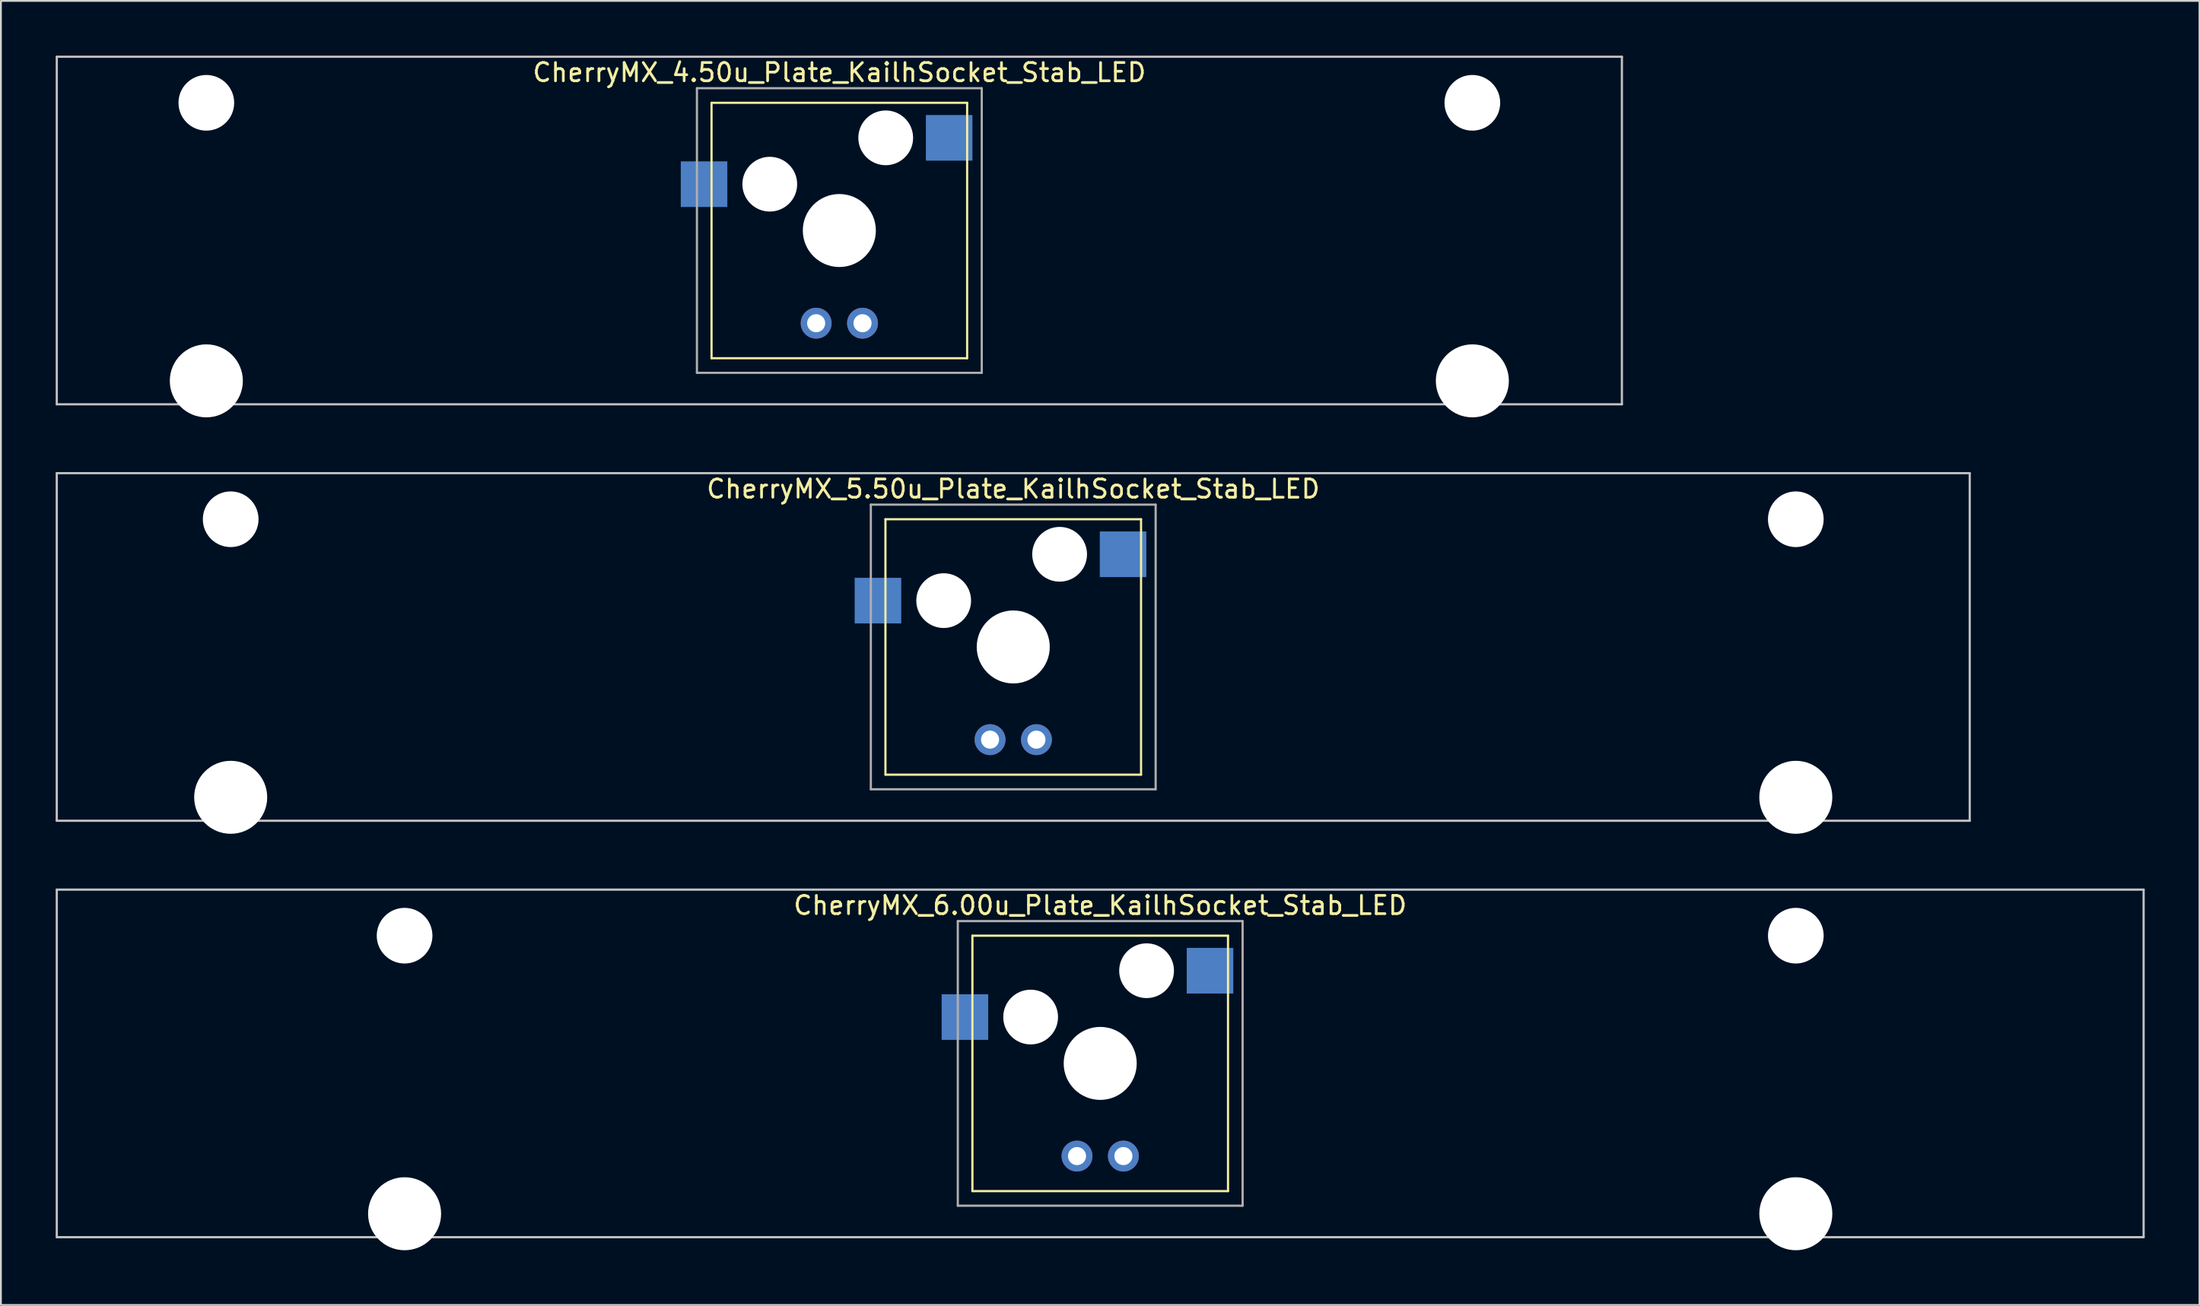
<source format=kicad_pcb>
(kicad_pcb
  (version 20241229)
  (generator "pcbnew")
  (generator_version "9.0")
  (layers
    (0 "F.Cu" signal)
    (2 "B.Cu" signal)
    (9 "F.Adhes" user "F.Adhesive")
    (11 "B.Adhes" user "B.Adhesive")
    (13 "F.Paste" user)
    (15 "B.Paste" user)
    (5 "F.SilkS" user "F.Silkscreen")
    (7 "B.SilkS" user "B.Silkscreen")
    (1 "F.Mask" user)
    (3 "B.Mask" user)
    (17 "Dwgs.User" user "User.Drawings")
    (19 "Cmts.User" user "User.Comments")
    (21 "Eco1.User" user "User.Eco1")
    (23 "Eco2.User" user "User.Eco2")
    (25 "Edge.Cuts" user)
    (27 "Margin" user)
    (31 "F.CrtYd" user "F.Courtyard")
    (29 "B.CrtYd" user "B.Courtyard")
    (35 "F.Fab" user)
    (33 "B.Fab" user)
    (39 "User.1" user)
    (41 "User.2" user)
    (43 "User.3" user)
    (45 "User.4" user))
  (footprint "CherryMX_6.00u_Plate_KailhSocket_Stab_LED"
    (layer "F.Cu")
    (at 57.21 55.235)
    (property "Reference" "CherryMX_6.00u_Plate_KailhSocket_Stab_LED" (at 0 -8.662 0) (layer "F.SilkS") (effects (font (size 1 1) (thickness 0.15))))
    (attr through_hole)
    (fp_line (start -7 -7) (end -7 7) (stroke (width 0.12) (type solid)) (layer "F.SilkS"))
    (fp_line (start -7 -7) (end 7 -7) (stroke (width 0.12) (type solid)) (layer "F.SilkS"))
    (fp_line (start 7 -7) (end 7 7) (stroke (width 0.12) (type solid)) (layer "F.SilkS"))
    (fp_line (start 7 7) (end -7 7) (stroke (width 0.12) (type solid)) (layer "F.SilkS"))
    (fp_line (start -57.15 -9.525) (end 57.15 -9.525) (stroke (width 0.12) (type solid)) (layer "Dwgs.User"))
    (fp_line (start -57.15 9.525) (end -57.15 -9.525) (stroke (width 0.12) (type solid)) (layer "Dwgs.User"))
    (fp_line (start 57.15 -9.525) (end 57.15 9.525) (stroke (width 0.12) (type solid)) (layer "Dwgs.User"))
    (fp_line (start 57.15 9.525) (end -57.15 9.525) (stroke (width 0.12) (type solid)) (layer "Dwgs.User"))
    (fp_line (start -7.8 -7.8) (end -7.8 7.8) (stroke (width 0.12) (type solid)) (layer "F.Fab"))
    (fp_line (start -7.8 -7.8) (end 7.8 -7.8) (stroke (width 0.12) (type solid)) (layer "F.Fab"))
    (fp_line (start -7.8 7.8) (end 7.8 7.8) (stroke (width 0.12) (type solid)) (layer "F.Fab"))
    (fp_line (start 7.8 -7.8) (end 7.8 7.8) (stroke (width 0.12) (type solid)) (layer "F.Fab"))
    (pad "" np_thru_hole circle (at -38.1 -7) (size 3.05 3.05) (drill 3.05) (layers "*.Cu" "*.Mask"))
    (pad "" np_thru_hole circle (at -38.1 8.24) (size 4 4) (drill 4) (layers "*.Cu" "*.Mask"))
    (pad "" np_thru_hole circle (at -3.81 -2.54) (size 3 3) (drill 3) (layers "*.Cu" "*.Mask"))
    (pad "" np_thru_hole circle (at 0 0) (size 4 4) (drill 4) (layers "*.Cu" "*.Mask"))
    (pad "" np_thru_hole circle (at 2.54 -5.08) (size 3 3) (drill 3) (layers "*.Cu" "*.Mask"))
    (pad "" np_thru_hole circle (at 38.1 -7) (size 3.05 3.05) (drill 3.05) (layers "*.Cu" "*.Mask"))
    (pad "" np_thru_hole circle (at 38.1 8.24) (size 4 4) (drill 4) (layers "*.Cu" "*.Mask"))
    (pad "1" smd rect (at -7.41 -2.54) (size 2.55 2.5) (layers "B.Cu" "B.Mask" "B.Paste"))
    (pad "2" smd rect (at 6.015 -5.08) (size 2.55 2.5) (layers "B.Cu" "B.Mask" "B.Paste"))
    (pad "3" thru_hole circle (at -1.27 5.08) (size 1.691 1.691) (drill 0.991) (layers "*.Cu" "*.Mask"))
    (pad "4" thru_hole circle (at 1.27 5.08) (size 1.691 1.691) (drill 0.991) (layers "*.Cu" "*.Mask")))
  (footprint "CherryMX_5.50u_Plate_KailhSocket_Stab_LED"
    (layer "F.Cu")
    (at 52.447 32.41)
    (property "Reference" "CherryMX_5.50u_Plate_KailhSocket_Stab_LED" (at 0 -8.662 0) (layer "F.SilkS") (effects (font (size 1 1) (thickness 0.15))))
    (attr through_hole)
    (fp_line (start -7 -7) (end -7 7) (stroke (width 0.12) (type solid)) (layer "F.SilkS"))
    (fp_line (start -7 -7) (end 7 -7) (stroke (width 0.12) (type solid)) (layer "F.SilkS"))
    (fp_line (start 7 -7) (end 7 7) (stroke (width 0.12) (type solid)) (layer "F.SilkS"))
    (fp_line (start 7 7) (end -7 7) (stroke (width 0.12) (type solid)) (layer "F.SilkS"))
    (fp_line (start -52.388 -9.525) (end 52.388 -9.525) (stroke (width 0.12) (type solid)) (layer "Dwgs.User"))
    (fp_line (start -52.388 9.525) (end -52.388 -9.525) (stroke (width 0.12) (type solid)) (layer "Dwgs.User"))
    (fp_line (start 52.388 -9.525) (end 52.388 9.525) (stroke (width 0.12) (type solid)) (layer "Dwgs.User"))
    (fp_line (start 52.388 9.525) (end -52.388 9.525) (stroke (width 0.12) (type solid)) (layer "Dwgs.User"))
    (fp_line (start -7.8 -7.8) (end -7.8 7.8) (stroke (width 0.12) (type solid)) (layer "F.Fab"))
    (fp_line (start -7.8 -7.8) (end 7.8 -7.8) (stroke (width 0.12) (type solid)) (layer "F.Fab"))
    (fp_line (start -7.8 7.8) (end 7.8 7.8) (stroke (width 0.12) (type solid)) (layer "F.Fab"))
    (fp_line (start 7.8 -7.8) (end 7.8 7.8) (stroke (width 0.12) (type solid)) (layer "F.Fab"))
    (pad "" np_thru_hole circle (at -42.862 -7) (size 3.05 3.05) (drill 3.05) (layers "*.Cu" "*.Mask"))
    (pad "" np_thru_hole circle (at -42.862 8.24) (size 4 4) (drill 4) (layers "*.Cu" "*.Mask"))
    (pad "" np_thru_hole circle (at -3.81 -2.54) (size 3 3) (drill 3) (layers "*.Cu" "*.Mask"))
    (pad "" np_thru_hole circle (at 0 0) (size 4 4) (drill 4) (layers "*.Cu" "*.Mask"))
    (pad "" np_thru_hole circle (at 2.54 -5.08) (size 3 3) (drill 3) (layers "*.Cu" "*.Mask"))
    (pad "" np_thru_hole circle (at 42.862 -7) (size 3.05 3.05) (drill 3.05) (layers "*.Cu" "*.Mask"))
    (pad "" np_thru_hole circle (at 42.862 8.24) (size 4 4) (drill 4) (layers "*.Cu" "*.Mask"))
    (pad "1" smd rect (at -7.41 -2.54) (size 2.55 2.5) (layers "B.Cu" "B.Mask" "B.Paste"))
    (pad "2" smd rect (at 6.015 -5.08) (size 2.55 2.5) (layers "B.Cu" "B.Mask" "B.Paste"))
    (pad "3" thru_hole circle (at -1.27 5.08) (size 1.691 1.691) (drill 0.991) (layers "*.Cu" "*.Mask"))
    (pad "4" thru_hole circle (at 1.27 5.08) (size 1.691 1.691) (drill 0.991) (layers "*.Cu" "*.Mask")))
  (footprint "CherryMX_4.50u_Plate_KailhSocket_Stab_LED"
    (layer "F.Cu")
    (at 42.922 9.585)
    (property "Reference" "CherryMX_4.50u_Plate_KailhSocket_Stab_LED" (at 0 -8.662 0) (layer "F.SilkS") (effects (font (size 1 1) (thickness 0.15))))
    (attr through_hole)
    (fp_line (start -7 -7) (end -7 7) (stroke (width 0.12) (type solid)) (layer "F.SilkS"))
    (fp_line (start -7 -7) (end 7 -7) (stroke (width 0.12) (type solid)) (layer "F.SilkS"))
    (fp_line (start 7 -7) (end 7 7) (stroke (width 0.12) (type solid)) (layer "F.SilkS"))
    (fp_line (start 7 7) (end -7 7) (stroke (width 0.12) (type solid)) (layer "F.SilkS"))
    (fp_line (start -42.862 -9.525) (end 42.862 -9.525) (stroke (width 0.12) (type solid)) (layer "Dwgs.User"))
    (fp_line (start -42.862 9.525) (end -42.862 -9.525) (stroke (width 0.12) (type solid)) (layer "Dwgs.User"))
    (fp_line (start 42.862 -9.525) (end 42.862 9.525) (stroke (width 0.12) (type solid)) (layer "Dwgs.User"))
    (fp_line (start 42.862 9.525) (end -42.862 9.525) (stroke (width 0.12) (type solid)) (layer "Dwgs.User"))
    (fp_line (start -7.8 -7.8) (end -7.8 7.8) (stroke (width 0.12) (type solid)) (layer "F.Fab"))
    (fp_line (start -7.8 -7.8) (end 7.8 -7.8) (stroke (width 0.12) (type solid)) (layer "F.Fab"))
    (fp_line (start -7.8 7.8) (end 7.8 7.8) (stroke (width 0.12) (type solid)) (layer "F.Fab"))
    (fp_line (start 7.8 -7.8) (end 7.8 7.8) (stroke (width 0.12) (type solid)) (layer "F.Fab"))
    (pad "" np_thru_hole circle (at -34.671 -7) (size 3.05 3.05) (drill 3.05) (layers "*.Cu" "*.Mask"))
    (pad "" np_thru_hole circle (at -34.671 8.24) (size 4 4) (drill 4) (layers "*.Cu" "*.Mask"))
    (pad "" np_thru_hole circle (at -3.81 -2.54) (size 3 3) (drill 3) (layers "*.Cu" "*.Mask"))
    (pad "" np_thru_hole circle (at 0 0) (size 4 4) (drill 4) (layers "*.Cu" "*.Mask"))
    (pad "" np_thru_hole circle (at 2.54 -5.08) (size 3 3) (drill 3) (layers "*.Cu" "*.Mask"))
    (pad "" np_thru_hole circle (at 34.671 -7) (size 3.05 3.05) (drill 3.05) (layers "*.Cu" "*.Mask"))
    (pad "" np_thru_hole circle (at 34.671 8.24) (size 4 4) (drill 4) (layers "*.Cu" "*.Mask"))
    (pad "1" smd rect (at -7.41 -2.54) (size 2.55 2.5) (layers "B.Cu" "B.Mask" "B.Paste"))
    (pad "2" smd rect (at 6.015 -5.08) (size 2.55 2.5) (layers "B.Cu" "B.Mask" "B.Paste"))
    (pad "3" thru_hole circle (at -1.27 5.08) (size 1.691 1.691) (drill 0.991) (layers "*.Cu" "*.Mask"))
    (pad "4" thru_hole circle (at 1.27 5.08) (size 1.691 1.691) (drill 0.991) (layers "*.Cu" "*.Mask")))
  (gr_rect
    (start -3 -3)
    (end 117.42 68.475)
    (stroke (width 0.1) (type default))
    (fill no)
    (layer "Edge.Cuts")))
</source>
